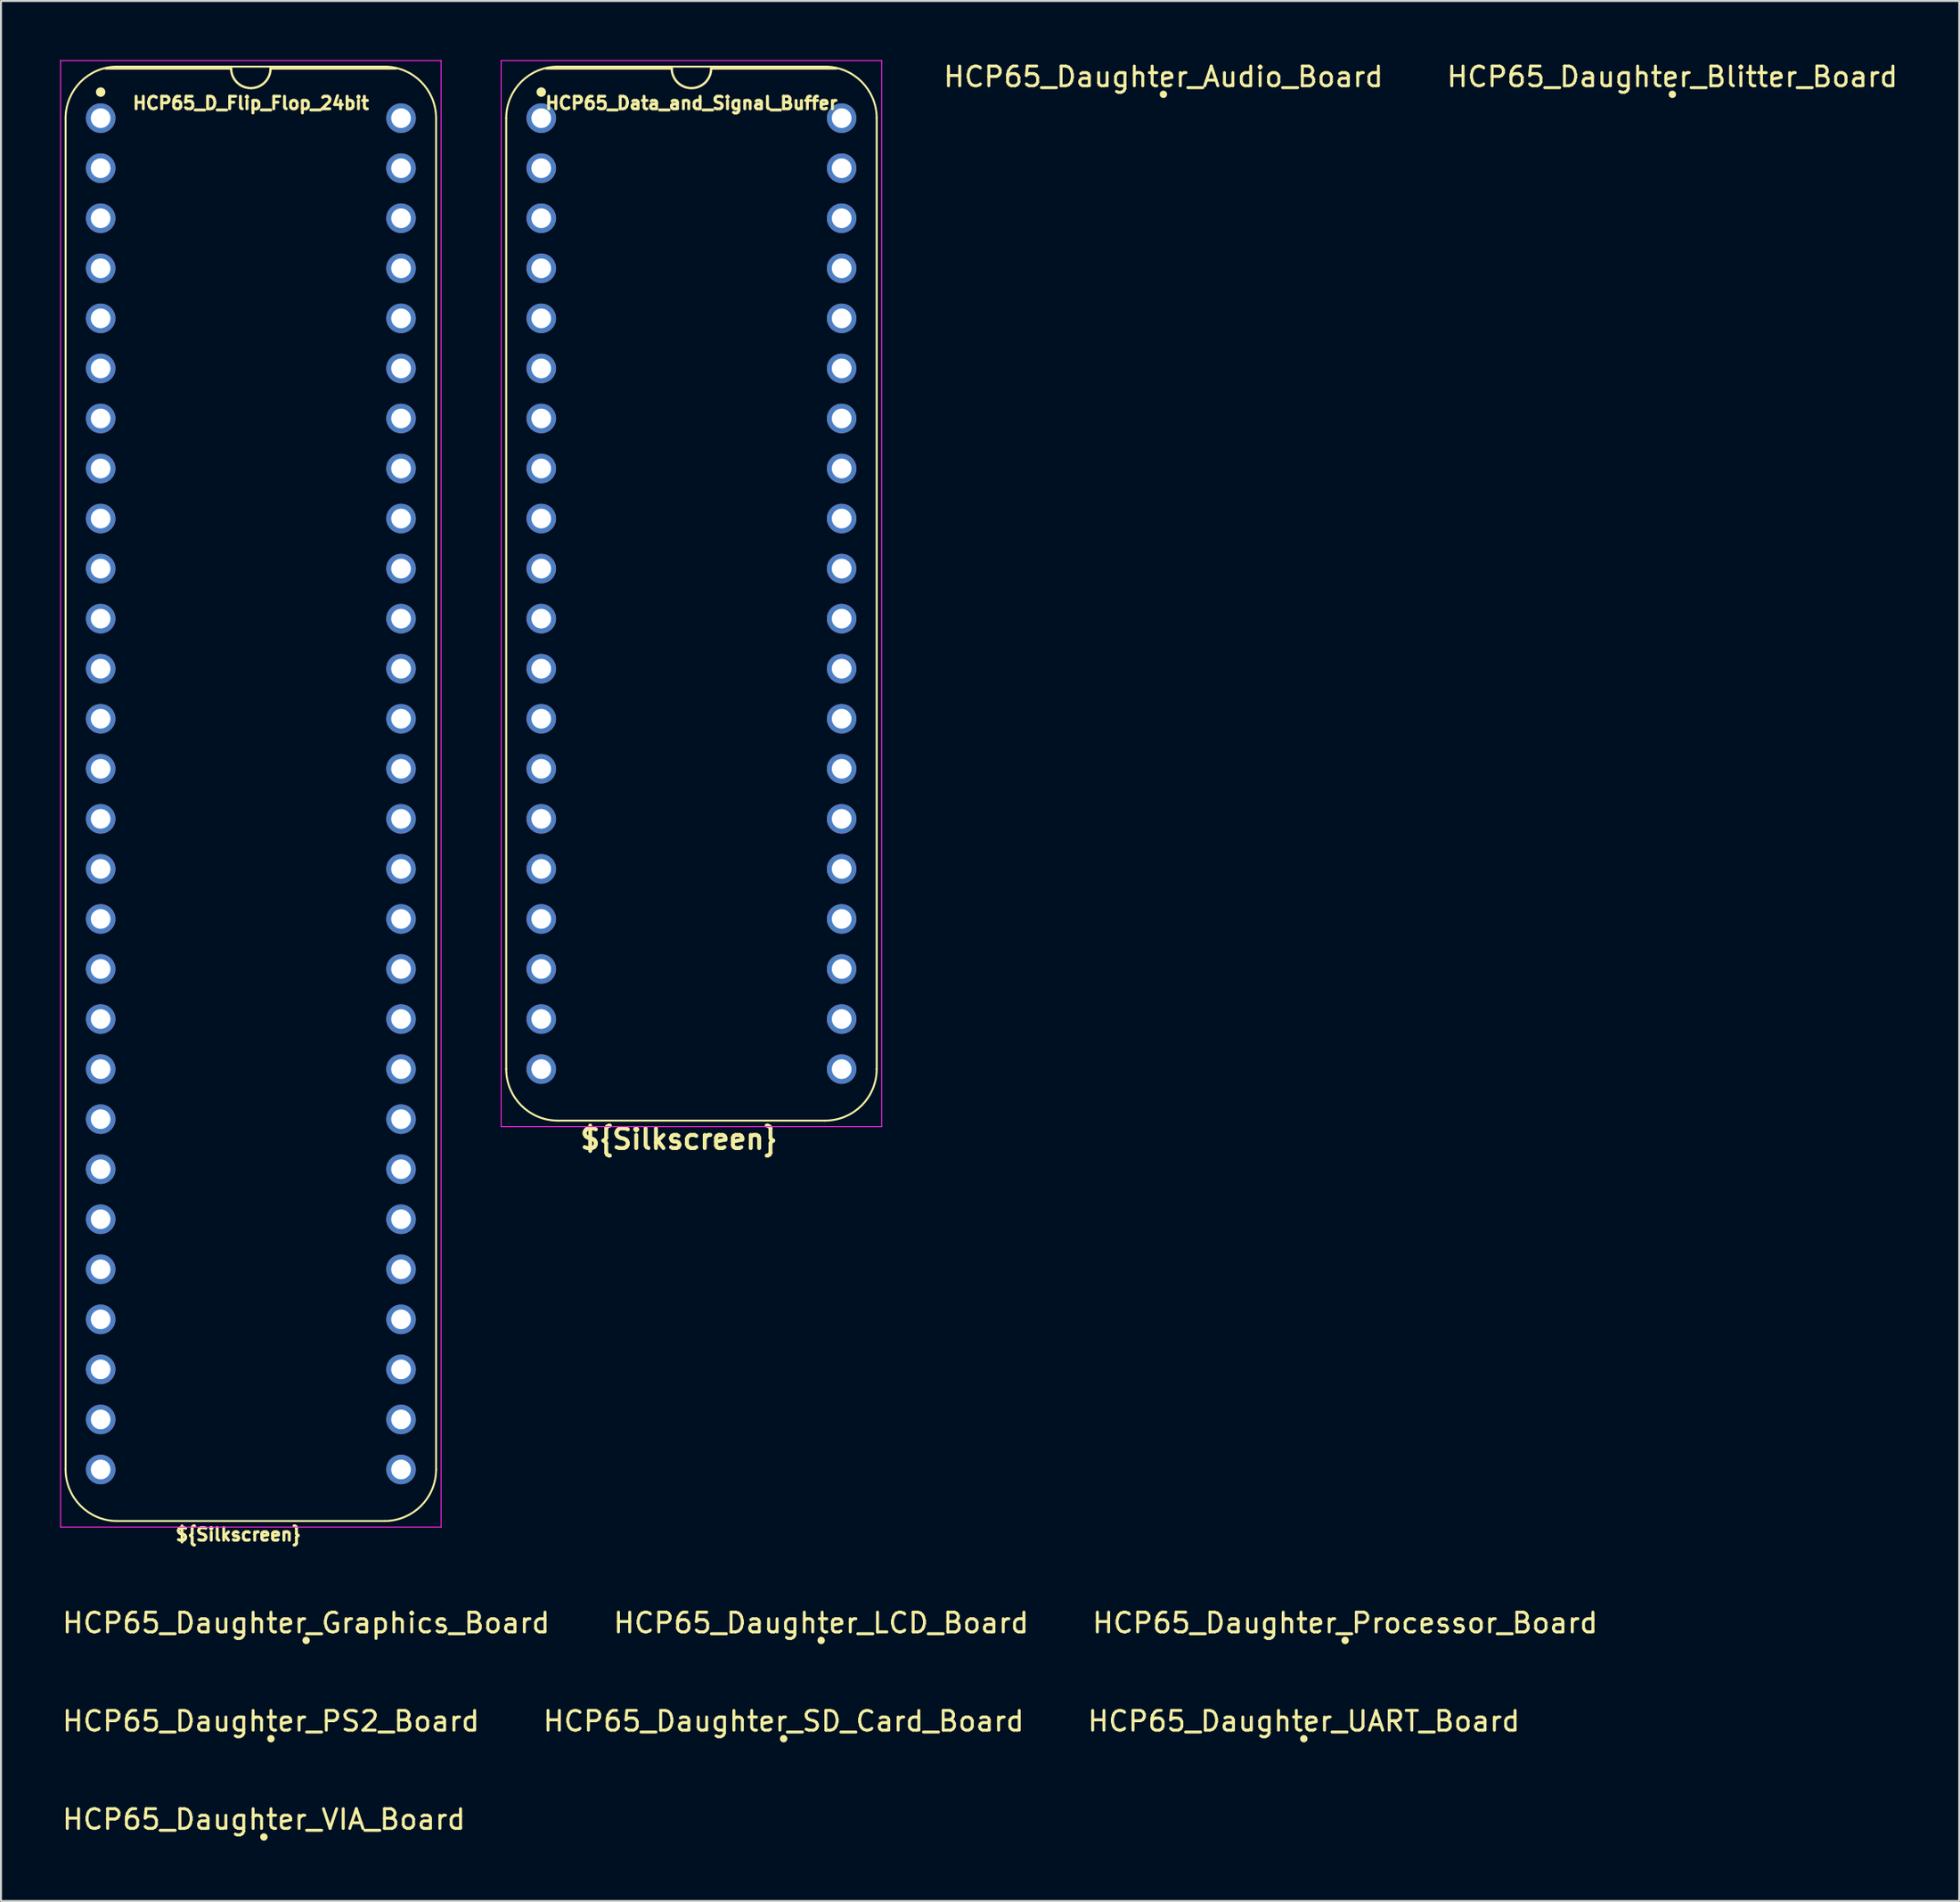
<source format=kicad_pcb>
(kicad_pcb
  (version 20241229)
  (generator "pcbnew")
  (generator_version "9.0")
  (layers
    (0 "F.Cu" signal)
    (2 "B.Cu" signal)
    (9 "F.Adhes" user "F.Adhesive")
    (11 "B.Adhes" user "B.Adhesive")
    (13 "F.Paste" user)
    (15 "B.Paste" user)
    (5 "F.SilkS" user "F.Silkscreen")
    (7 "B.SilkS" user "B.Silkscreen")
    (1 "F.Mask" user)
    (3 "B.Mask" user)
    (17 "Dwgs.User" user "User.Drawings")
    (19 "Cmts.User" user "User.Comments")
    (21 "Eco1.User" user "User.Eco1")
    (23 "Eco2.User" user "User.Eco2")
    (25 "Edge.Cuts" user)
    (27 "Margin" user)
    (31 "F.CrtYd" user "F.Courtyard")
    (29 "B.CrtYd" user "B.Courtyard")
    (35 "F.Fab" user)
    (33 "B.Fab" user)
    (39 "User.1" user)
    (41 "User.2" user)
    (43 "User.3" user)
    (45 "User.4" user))
  (footprint "HCP65_D_Flip_Flop_24bit"
    (layer "F.Cu")
    (at 2.057 2.946)
    (property "Reference" "HCP65_D_Flip_Flop_24bit" (at 7.62 -0.762 0) (layer "F.SilkS") (effects (font (size 0.635 0.635) (thickness 0.15))))
    (attr through_hole)
    (fp_line (start -1.778 68.58) (end -1.778 0) (stroke (width 0.1) (type solid)) (layer "F.SilkS"))
    (fp_line (start 0.836 -2.614) (end 14.404 -2.614) (stroke (width 0.1) (type solid)) (layer "F.SilkS"))
    (fp_line (start 6.62 -2.524) (end 0.254 -2.524) (stroke (width 0.12) (type solid)) (layer "F.SilkS"))
    (fp_line (start 14.404 71.194) (end 0.836 71.194) (stroke (width 0.1) (type solid)) (layer "F.SilkS"))
    (fp_line (start 14.986 -2.524) (end 8.62 -2.524) (stroke (width 0.12) (type solid)) (layer "F.SilkS"))
    (fp_line (start 17.018 68.58) (end 17.018 0) (stroke (width 0.1) (type solid)) (layer "F.SilkS"))
    (fp_arc (start -1.778 0) (mid -1.012456 -1.848188) (end 0.835732 -2.613732) (stroke (width 0.1) (type solid)) (layer "F.SilkS"))
    (fp_arc (start 0.835733 71.193733) (mid -1.012456 70.428189) (end -1.778 68.58) (stroke (width 0.1) (type solid)) (layer "F.SilkS"))
    (fp_arc (start 8.62 -2.524) (mid 7.62 -1.524) (end 6.62 -2.524) (stroke (width 0.12) (type solid)) (layer "F.SilkS"))
    (fp_arc (start 14.404268 -2.613732) (mid 16.252456 -1.848188) (end 17.018 0) (stroke (width 0.1) (type solid)) (layer "F.SilkS"))
    (fp_arc (start 17.018001 68.580001) (mid 16.252456 70.428188) (end 14.404269 71.193733) (stroke (width 0.1) (type solid)) (layer "F.SilkS"))
    (fp_circle (center 0 -1.323) (end 0.18 -1.323) (stroke (width 0.12) (type solid)) (fill yes) (layer "F.SilkS"))
    (fp_line (start -2.032 -2.921) (end -2.032 71.501) (stroke (width 0.05) (type solid)) (layer "F.CrtYd"))
    (fp_line (start -2.032 -2.921) (end 17.272 -2.921) (stroke (width 0.05) (type solid)) (layer "F.CrtYd"))
    (fp_line (start -2.032 71.501) (end 17.272 71.501) (stroke (width 0.05) (type solid)) (layer "F.CrtYd"))
    (fp_line (start 17.272 -2.921) (end 17.272 71.501) (stroke (width 0.05) (type solid)) (layer "F.CrtYd"))
    (fp_text user "${Silkscreen}" (at 6.985 71.882 0) (layer "F.SilkS") (effects (font (size 0.635 0.635) (thickness 0.15))))
    (pad "1" thru_hole circle (at 0 0) (size 1.5 1.5) (drill 1) (layers "*.Cu" "*.Mask"))
    (pad "2" thru_hole circle (at 0 2.54) (size 1.5 1.5) (drill 1) (layers "*.Cu" "*.Mask"))
    (pad "3" thru_hole circle (at 0 5.08) (size 1.5 1.5) (drill 1) (layers "*.Cu" "*.Mask"))
    (pad "4" thru_hole circle (at 0 7.62) (size 1.5 1.5) (drill 1) (layers "*.Cu" "*.Mask"))
    (pad "5" thru_hole circle (at 0 10.16) (size 1.5 1.5) (drill 1) (layers "*.Cu" "*.Mask"))
    (pad "6" thru_hole circle (at 0 12.7) (size 1.5 1.5) (drill 1) (layers "*.Cu" "*.Mask"))
    (pad "7" thru_hole circle (at 0 15.24) (size 1.5 1.5) (drill 1) (layers "*.Cu" "*.Mask"))
    (pad "8" thru_hole circle (at 0 17.78) (size 1.5 1.5) (drill 1) (layers "*.Cu" "*.Mask"))
    (pad "9" thru_hole circle (at 0 20.32) (size 1.5 1.5) (drill 1) (layers "*.Cu" "*.Mask"))
    (pad "10" thru_hole circle (at 0 22.86) (size 1.5 1.5) (drill 1) (layers "*.Cu" "*.Mask"))
    (pad "11" thru_hole circle (at 0 25.4) (size 1.5 1.5) (drill 1) (layers "*.Cu" "*.Mask"))
    (pad "12" thru_hole circle (at 0 27.94) (size 1.5 1.5) (drill 1) (layers "*.Cu" "*.Mask"))
    (pad "13" thru_hole circle (at 0 30.48) (size 1.5 1.5) (drill 1) (layers "*.Cu" "*.Mask"))
    (pad "14" thru_hole circle (at 0 33.02) (size 1.5 1.5) (drill 1) (layers "*.Cu" "*.Mask"))
    (pad "15" thru_hole circle (at 0 35.56) (size 1.5 1.5) (drill 1) (layers "*.Cu" "*.Mask"))
    (pad "16" thru_hole circle (at 0 38.1) (size 1.5 1.5) (drill 1) (layers "*.Cu" "*.Mask"))
    (pad "17" thru_hole circle (at 0 40.64) (size 1.5 1.5) (drill 1) (layers "*.Cu" "*.Mask"))
    (pad "18" thru_hole circle (at 0 43.18) (size 1.5 1.5) (drill 1) (layers "*.Cu" "*.Mask"))
    (pad "19" thru_hole circle (at 0 45.72) (size 1.5 1.5) (drill 1) (layers "*.Cu" "*.Mask"))
    (pad "20" thru_hole circle (at 0 48.26) (size 1.5 1.5) (drill 1) (layers "*.Cu" "*.Mask"))
    (pad "21" thru_hole circle (at 0 50.8) (size 1.5 1.5) (drill 1) (layers "*.Cu" "*.Mask"))
    (pad "22" thru_hole circle (at 0 53.34) (size 1.5 1.5) (drill 1) (layers "*.Cu" "*.Mask"))
    (pad "23" thru_hole circle (at 0 55.88) (size 1.5 1.5) (drill 1) (layers "*.Cu" "*.Mask"))
    (pad "24" thru_hole circle (at 0 58.42) (size 1.5 1.5) (drill 1) (layers "*.Cu" "*.Mask"))
    (pad "25" thru_hole circle (at 0 60.96) (size 1.5 1.5) (drill 1) (layers "*.Cu" "*.Mask"))
    (pad "26" thru_hole circle (at 0 63.5) (size 1.5 1.5) (drill 1) (layers "*.Cu" "*.Mask"))
    (pad "27" thru_hole circle (at 0 66.04) (size 1.5 1.5) (drill 1) (layers "*.Cu" "*.Mask"))
    (pad "28" thru_hole circle (at 0 68.58) (size 1.5 1.5) (drill 1) (layers "*.Cu" "*.Mask"))
    (pad "29" thru_hole circle (at 15.24 68.58) (size 1.5 1.5) (drill 1) (layers "*.Cu" "*.Mask"))
    (pad "30" thru_hole circle (at 15.24 66.04) (size 1.5 1.5) (drill 1) (layers "*.Cu" "*.Mask"))
    (pad "31" thru_hole circle (at 15.24 63.5) (size 1.5 1.5) (drill 1) (layers "*.Cu" "*.Mask"))
    (pad "32" thru_hole circle (at 15.24 60.96) (size 1.5 1.5) (drill 1) (layers "*.Cu" "*.Mask"))
    (pad "33" thru_hole circle (at 15.24 58.42) (size 1.5 1.5) (drill 1) (layers "*.Cu" "*.Mask"))
    (pad "34" thru_hole circle (at 15.24 55.88) (size 1.5 1.5) (drill 1) (layers "*.Cu" "*.Mask"))
    (pad "35" thru_hole circle (at 15.24 53.34) (size 1.5 1.5) (drill 1) (layers "*.Cu" "*.Mask"))
    (pad "36" thru_hole circle (at 15.24 50.8) (size 1.5 1.5) (drill 1) (layers "*.Cu" "*.Mask"))
    (pad "37" thru_hole circle (at 15.24 48.26) (size 1.5 1.5) (drill 1) (layers "*.Cu" "*.Mask"))
    (pad "38" thru_hole circle (at 15.24 45.72) (size 1.5 1.5) (drill 1) (layers "*.Cu" "*.Mask"))
    (pad "39" thru_hole circle (at 15.24 43.18) (size 1.5 1.5) (drill 1) (layers "*.Cu" "*.Mask"))
    (pad "40" thru_hole circle (at 15.24 40.64) (size 1.5 1.5) (drill 1) (layers "*.Cu" "*.Mask"))
    (pad "41" thru_hole circle (at 15.24 38.1) (size 1.5 1.5) (drill 1) (layers "*.Cu" "*.Mask"))
    (pad "42" thru_hole circle (at 15.24 35.56) (size 1.5 1.5) (drill 1) (layers "*.Cu" "*.Mask"))
    (pad "43" thru_hole circle (at 15.24 33.02) (size 1.5 1.5) (drill 1) (layers "*.Cu" "*.Mask"))
    (pad "44" thru_hole circle (at 15.24 30.48) (size 1.5 1.5) (drill 1) (layers "*.Cu" "*.Mask"))
    (pad "45" thru_hole circle (at 15.24 27.94) (size 1.5 1.5) (drill 1) (layers "*.Cu" "*.Mask"))
    (pad "46" thru_hole circle (at 15.24 25.4) (size 1.5 1.5) (drill 1) (layers "*.Cu" "*.Mask"))
    (pad "47" thru_hole circle (at 15.24 22.86) (size 1.5 1.5) (drill 1) (layers "*.Cu" "*.Mask"))
    (pad "48" thru_hole circle (at 15.24 20.32) (size 1.5 1.5) (drill 1) (layers "*.Cu" "*.Mask"))
    (pad "49" thru_hole circle (at 15.24 17.78) (size 1.5 1.5) (drill 1) (layers "*.Cu" "*.Mask"))
    (pad "50" thru_hole circle (at 15.24 15.24) (size 1.5 1.5) (drill 1) (layers "*.Cu" "*.Mask"))
    (pad "51" thru_hole circle (at 15.24 12.7) (size 1.5 1.5) (drill 1) (layers "*.Cu" "*.Mask"))
    (pad "52" thru_hole circle (at 15.24 10.16) (size 1.5 1.5) (drill 1) (layers "*.Cu" "*.Mask"))
    (pad "53" thru_hole circle (at 15.24 7.62) (size 1.5 1.5) (drill 1) (layers "*.Cu" "*.Mask"))
    (pad "54" thru_hole circle (at 15.24 5.08) (size 1.5 1.5) (drill 1) (layers "*.Cu" "*.Mask"))
    (pad "55" thru_hole circle (at 15.24 2.54) (size 1.5 1.5) (drill 1) (layers "*.Cu" "*.Mask"))
    (pad "56" thru_hole circle (at 15.24 0) (size 1.5 1.5) (drill 1) (layers "*.Cu" "*.Mask")))
  (footprint "HCP65_Daughter_Audio_Board"
    (layer "F.Cu")
    (at 55.976 1.737)
    (property "Reference" "HCP65_Daughter_Audio_Board" (at 0 -0.889 0) (unlocked yes) (layer "F.SilkS") (effects (font (size 1 1) (thickness 0.15))))
    (attr through_hole)
    (fp_circle (center 0 0) (end 0.127 0) (stroke (width 0.12) (type solid)) (fill yes) (layer "F.SilkS")))
  (footprint "HCP65_Daughter_Blitter_Board"
    (layer "F.Cu")
    (at 81.797 1.737)
    (property "Reference" "HCP65_Daughter_Blitter_Board" (at 0 -0.889 0) (unlocked yes) (layer "F.SilkS") (effects (font (size 1 1) (thickness 0.15))))
    (attr through_hole)
    (fp_circle (center 0 0) (end 0.127 0) (stroke (width 0.12) (type solid)) (fill yes) (layer "F.SilkS")))
  (footprint "HCP65_Daughter_Graphics_Board"
    (layer "F.Cu")
    (at 12.482 80.2)
    (property "Reference" "HCP65_Daughter_Graphics_Board" (at 0 -0.889 0) (unlocked yes) (layer "F.SilkS") (effects (font (size 1 1) (thickness 0.15))))
    (attr through_hole)
    (fp_circle (center 0 0) (end 0.127 0) (stroke (width 0.12) (type solid)) (fill yes) (layer "F.SilkS")))
  (footprint "HCP65_Data_and_Signal_Buffer"
    (layer "F.Cu")
    (at 24.411 2.946)
    (property "Reference" "HCP65_Data_and_Signal_Buffer" (at 7.62 -0.762 0) (layer "F.SilkS") (effects (font (size 0.635 0.635) (thickness 0.15))))
    (property "Silkscreen" "${Silkscreen}" (at 6.985 51.816 0) (layer "F.SilkS") (effects (font (size 1 1) (thickness 0.2))))
    (attr through_hole)
    (fp_line (start -1.778 48.26) (end -1.778 0) (stroke (width 0.1) (type solid)) (layer "F.SilkS"))
    (fp_line (start 0.836 -2.614) (end 14.404 -2.614) (stroke (width 0.1) (type solid)) (layer "F.SilkS"))
    (fp_line (start 6.62 -2.524) (end 0.254 -2.524) (stroke (width 0.12) (type solid)) (layer "F.SilkS"))
    (fp_line (start 14.404 50.874) (end 0.836 50.874) (stroke (width 0.1) (type solid)) (layer "F.SilkS"))
    (fp_line (start 14.986 -2.524) (end 8.62 -2.524) (stroke (width 0.12) (type solid)) (layer "F.SilkS"))
    (fp_line (start 17.018 48.26) (end 17.018 0) (stroke (width 0.1) (type solid)) (layer "F.SilkS"))
    (fp_arc (start -1.778 0) (mid -1.012456 -1.848188) (end 0.835732 -2.613732) (stroke (width 0.1) (type solid)) (layer "F.SilkS"))
    (fp_arc (start 0.835733 50.873733) (mid -1.012456 50.108189) (end -1.778 48.26) (stroke (width 0.1) (type solid)) (layer "F.SilkS"))
    (fp_arc (start 8.62 -2.524) (mid 7.62 -1.524) (end 6.62 -2.524) (stroke (width 0.12) (type solid)) (layer "F.SilkS"))
    (fp_arc (start 14.404268 -2.613732) (mid 16.252456 -1.848188) (end 17.018 0) (stroke (width 0.1) (type solid)) (layer "F.SilkS"))
    (fp_arc (start 17.018001 48.260001) (mid 16.252456 50.108188) (end 14.404269 50.873733) (stroke (width 0.1) (type solid)) (layer "F.SilkS"))
    (fp_circle (center 0 -1.323) (end 0.18 -1.323) (stroke (width 0.12) (type solid)) (fill yes) (layer "F.SilkS"))
    (fp_line (start -2.032 -2.921) (end -2.032 51.181) (stroke (width 0.05) (type solid)) (layer "F.CrtYd"))
    (fp_line (start -2.032 -2.921) (end 17.272 -2.921) (stroke (width 0.05) (type solid)) (layer "F.CrtYd"))
    (fp_line (start -2.032 51.181) (end 17.272 51.181) (stroke (width 0.05) (type solid)) (layer "F.CrtYd"))
    (fp_line (start 17.272 -2.921) (end 17.272 51.181) (stroke (width 0.05) (type solid)) (layer "F.CrtYd"))
    (pad "1" thru_hole circle (at 0 0) (size 1.5 1.5) (drill 1) (layers "*.Cu" "*.Mask"))
    (pad "2" thru_hole circle (at 0 2.54) (size 1.5 1.5) (drill 1) (layers "*.Cu" "*.Mask"))
    (pad "3" thru_hole circle (at 0 5.08) (size 1.5 1.5) (drill 1) (layers "*.Cu" "*.Mask"))
    (pad "4" thru_hole circle (at 0 7.62) (size 1.5 1.5) (drill 1) (layers "*.Cu" "*.Mask"))
    (pad "5" thru_hole circle (at 0 10.16) (size 1.5 1.5) (drill 1) (layers "*.Cu" "*.Mask"))
    (pad "6" thru_hole circle (at 0 12.7) (size 1.5 1.5) (drill 1) (layers "*.Cu" "*.Mask"))
    (pad "7" thru_hole circle (at 0 15.24) (size 1.5 1.5) (drill 1) (layers "*.Cu" "*.Mask"))
    (pad "8" thru_hole circle (at 0 17.78) (size 1.5 1.5) (drill 1) (layers "*.Cu" "*.Mask"))
    (pad "9" thru_hole circle (at 0 20.32) (size 1.5 1.5) (drill 1) (layers "*.Cu" "*.Mask"))
    (pad "10" thru_hole circle (at 0 22.86) (size 1.5 1.5) (drill 1) (layers "*.Cu" "*.Mask"))
    (pad "11" thru_hole circle (at 0 25.4) (size 1.5 1.5) (drill 1) (layers "*.Cu" "*.Mask"))
    (pad "12" thru_hole circle (at 0 27.94) (size 1.5 1.5) (drill 1) (layers "*.Cu" "*.Mask"))
    (pad "13" thru_hole circle (at 0 30.48) (size 1.5 1.5) (drill 1) (layers "*.Cu" "*.Mask"))
    (pad "14" thru_hole circle (at 0 33.02) (size 1.5 1.5) (drill 1) (layers "*.Cu" "*.Mask"))
    (pad "15" thru_hole circle (at 0 35.56) (size 1.5 1.5) (drill 1) (layers "*.Cu" "*.Mask"))
    (pad "16" thru_hole circle (at 0 38.1) (size 1.5 1.5) (drill 1) (layers "*.Cu" "*.Mask"))
    (pad "17" thru_hole circle (at 0 40.64) (size 1.5 1.5) (drill 1) (layers "*.Cu" "*.Mask"))
    (pad "18" thru_hole circle (at 0 43.18) (size 1.5 1.5) (drill 1) (layers "*.Cu" "*.Mask"))
    (pad "19" thru_hole circle (at 0 45.72) (size 1.5 1.5) (drill 1) (layers "*.Cu" "*.Mask"))
    (pad "20" thru_hole circle (at 0 48.26) (size 1.5 1.5) (drill 1) (layers "*.Cu" "*.Mask"))
    (pad "21" thru_hole circle (at 15.24 48.26) (size 1.5 1.5) (drill 1) (layers "*.Cu" "*.Mask"))
    (pad "22" thru_hole circle (at 15.24 45.72) (size 1.5 1.5) (drill 1) (layers "*.Cu" "*.Mask"))
    (pad "23" thru_hole circle (at 15.24 43.18) (size 1.5 1.5) (drill 1) (layers "*.Cu" "*.Mask"))
    (pad "24" thru_hole circle (at 15.24 40.64) (size 1.5 1.5) (drill 1) (layers "*.Cu" "*.Mask"))
    (pad "25" thru_hole circle (at 15.24 38.1) (size 1.5 1.5) (drill 1) (layers "*.Cu" "*.Mask"))
    (pad "26" thru_hole circle (at 15.24 35.56) (size 1.5 1.5) (drill 1) (layers "*.Cu" "*.Mask"))
    (pad "27" thru_hole circle (at 15.24 33.02) (size 1.5 1.5) (drill 1) (layers "*.Cu" "*.Mask"))
    (pad "28" thru_hole circle (at 15.24 30.48) (size 1.5 1.5) (drill 1) (layers "*.Cu" "*.Mask"))
    (pad "29" thru_hole circle (at 15.24 27.94) (size 1.5 1.5) (drill 1) (layers "*.Cu" "*.Mask"))
    (pad "30" thru_hole circle (at 15.24 25.4) (size 1.5 1.5) (drill 1) (layers "*.Cu" "*.Mask"))
    (pad "31" thru_hole circle (at 15.24 22.86) (size 1.5 1.5) (drill 1) (layers "*.Cu" "*.Mask"))
    (pad "32" thru_hole circle (at 15.24 20.32) (size 1.5 1.5) (drill 1) (layers "*.Cu" "*.Mask"))
    (pad "33" thru_hole circle (at 15.24 17.78) (size 1.5 1.5) (drill 1) (layers "*.Cu" "*.Mask"))
    (pad "34" thru_hole circle (at 15.24 15.24) (size 1.5 1.5) (drill 1) (layers "*.Cu" "*.Mask"))
    (pad "35" thru_hole circle (at 15.24 12.7) (size 1.5 1.5) (drill 1) (layers "*.Cu" "*.Mask"))
    (pad "36" thru_hole circle (at 15.24 10.16) (size 1.5 1.5) (drill 1) (layers "*.Cu" "*.Mask"))
    (pad "37" thru_hole circle (at 15.24 7.62) (size 1.5 1.5) (drill 1) (layers "*.Cu" "*.Mask"))
    (pad "38" thru_hole circle (at 15.24 5.08) (size 1.5 1.5) (drill 1) (layers "*.Cu" "*.Mask"))
    (pad "39" thru_hole circle (at 15.24 2.54) (size 1.5 1.5) (drill 1) (layers "*.Cu" "*.Mask"))
    (pad "40" thru_hole circle (at 15.24 0) (size 1.5 1.5) (drill 1) (layers "*.Cu" "*.Mask")))
  (footprint "HCP65_Daughter_UART_Board"
    (layer "F.Cu")
    (at 63.101 85.187)
    (property "Reference" "HCP65_Daughter_UART_Board" (at 0 -0.889 0) (unlocked yes) (layer "F.SilkS") (effects (font (size 1 1) (thickness 0.15))))
    (attr through_hole)
    (fp_circle (center 0 0) (end 0.127 0) (stroke (width 0.12) (type solid)) (fill yes) (layer "F.SilkS")))
  (footprint "HCP65_Daughter_Processor_Board"
    (layer "F.Cu")
    (at 65.196 80.2)
    (property "Reference" "HCP65_Daughter_Processor_Board" (at 0 -0.889 0) (unlocked yes) (layer "F.SilkS") (effects (font (size 1 1) (thickness 0.15))))
    (attr through_hole)
    (fp_circle (center 0 0) (end 0.127 0) (stroke (width 0.12) (type solid)) (fill yes) (layer "F.SilkS")))
  (footprint "HCP65_Daughter_LCD_Board"
    (layer "F.Cu")
    (at 38.613 80.2)
    (property "Reference" "HCP65_Daughter_LCD_Board" (at 0 -0.889 0) (unlocked yes) (layer "F.SilkS") (effects (font (size 1 1) (thickness 0.15))))
    (attr through_hole)
    (fp_circle (center 0 0) (end 0.127 0) (stroke (width 0.12) (type solid)) (fill yes) (layer "F.SilkS")))
  (footprint "HCP65_Daughter_SD_Card_Board"
    (layer "F.Cu")
    (at 36.708 85.187)
    (property "Reference" "HCP65_Daughter_SD_Card_Board" (at 0 -0.889 0) (unlocked yes) (layer "F.SilkS") (effects (font (size 1 1) (thickness 0.15))))
    (attr through_hole)
    (fp_circle (center 0 0) (end 0.127 0) (stroke (width 0.12) (type solid)) (fill yes) (layer "F.SilkS")))
  (footprint "HCP65_Daughter_PS2_Board"
    (layer "F.Cu")
    (at 10.696 85.187)
    (property "Reference" "HCP65_Daughter_PS2_Board" (at 0 -0.889 0) (unlocked yes) (layer "F.SilkS") (effects (font (size 1 1) (thickness 0.15))))
    (attr through_hole)
    (fp_circle (center 0 0) (end 0.127 0) (stroke (width 0.12) (type solid)) (fill yes) (layer "F.SilkS")))
  (footprint "HCP65_Daughter_VIA_Board"
    (layer "F.Cu")
    (at 10.339 90.174)
    (property "Reference" "HCP65_Daughter_VIA_Board" (at 0 -0.889 0) (unlocked yes) (layer "F.SilkS") (effects (font (size 1 1) (thickness 0.15))))
    (attr through_hole)
    (fp_circle (center 0 0) (end 0.127 0) (stroke (width 0.12) (type solid)) (fill yes) (layer "F.SilkS")))
  (gr_rect
    (start -3 -3)
    (end 96.351 93.424)
    (stroke (width 0.1) (type default))
    (fill no)
    (layer "Edge.Cuts")))
</source>
